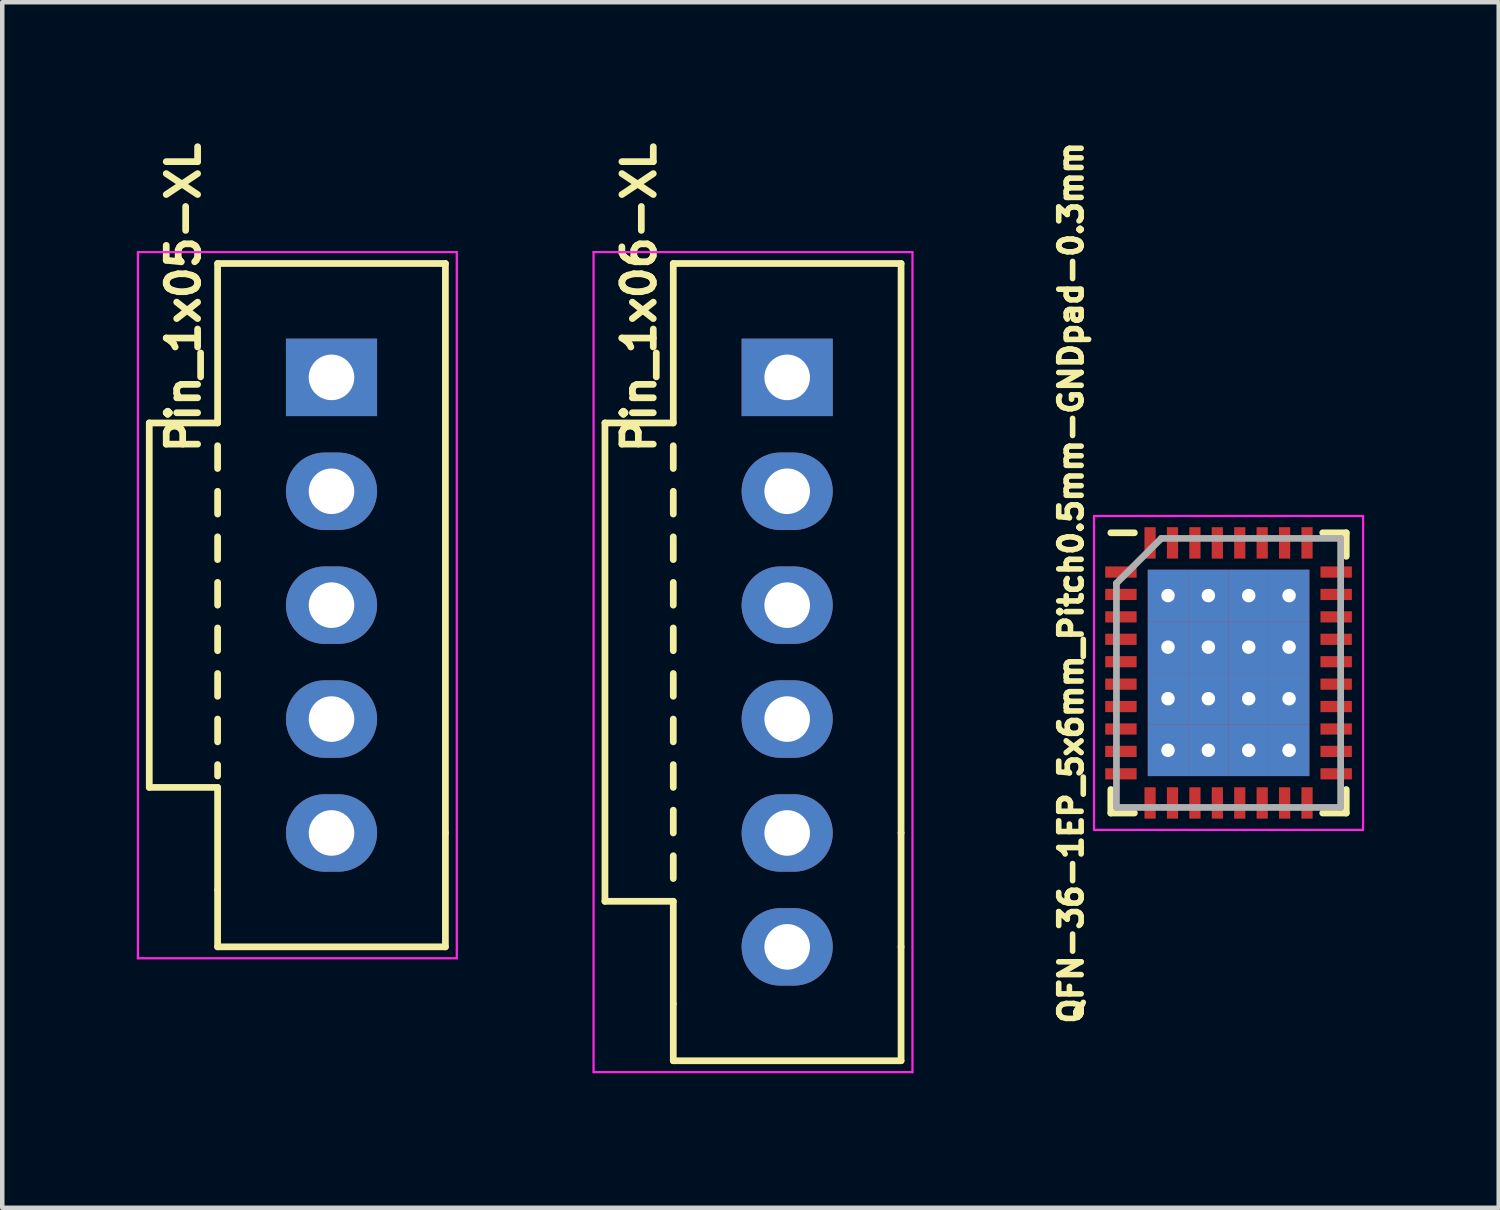
<source format=kicad_pcb>
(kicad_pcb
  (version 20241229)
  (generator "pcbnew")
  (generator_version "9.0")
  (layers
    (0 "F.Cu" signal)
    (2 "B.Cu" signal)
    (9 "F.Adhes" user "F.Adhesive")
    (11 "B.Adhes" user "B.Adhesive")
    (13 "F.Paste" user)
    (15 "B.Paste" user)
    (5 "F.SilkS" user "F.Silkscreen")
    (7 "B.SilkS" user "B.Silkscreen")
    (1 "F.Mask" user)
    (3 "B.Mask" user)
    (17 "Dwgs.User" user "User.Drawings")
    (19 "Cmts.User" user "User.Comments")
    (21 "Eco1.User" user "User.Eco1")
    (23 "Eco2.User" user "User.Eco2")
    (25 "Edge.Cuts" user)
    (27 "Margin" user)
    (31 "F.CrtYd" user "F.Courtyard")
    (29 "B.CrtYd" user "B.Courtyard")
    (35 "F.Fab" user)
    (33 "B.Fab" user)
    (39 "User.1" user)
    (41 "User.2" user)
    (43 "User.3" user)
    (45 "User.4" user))
  (footprint "Pin_1x05-XL"
    (layer "F.Cu")
    (at 4.343 5.366)
    (property "Reference" "Pin_1x05-XL" (at -3.302 -1.778 90) (layer "F.SilkS") (effects (font (size 0.7 0.7) (thickness 0.15))))
    (attr through_hole)
    (fp_line (start -4.064 1.016) (end -4.064 9.144) (stroke (width 0.15) (type solid)) (layer "F.SilkS"))
    (fp_line (start -4.064 9.144) (end -2.54 9.144) (stroke (width 0.15) (type solid)) (layer "F.SilkS"))
    (fp_line (start -2.54 1.016) (end -4.064 1.016) (stroke (width 0.15) (type solid)) (layer "F.SilkS"))
    (fp_line (start -2.54 1.016) (end -2.54 -2.54) (stroke (width 0.15) (type solid)) (layer "F.SilkS"))
    (fp_line (start -2.54 1.524) (end -2.54 2.032) (stroke (width 0.15) (type solid)) (layer "F.SilkS"))
    (fp_line (start -2.54 2.54) (end -2.54 3.048) (stroke (width 0.15) (type solid)) (layer "F.SilkS"))
    (fp_line (start -2.54 3.556) (end -2.54 4.064) (stroke (width 0.15) (type solid)) (layer "F.SilkS"))
    (fp_line (start -2.54 4.572) (end -2.54 5.08) (stroke (width 0.15) (type solid)) (layer "F.SilkS"))
    (fp_line (start -2.54 5.588) (end -2.54 6.096) (stroke (width 0.15) (type solid)) (layer "F.SilkS"))
    (fp_line (start -2.54 6.604) (end -2.54 7.112) (stroke (width 0.15) (type solid)) (layer "F.SilkS"))
    (fp_line (start -2.54 7.62) (end -2.54 8.128) (stroke (width 0.15) (type solid)) (layer "F.SilkS"))
    (fp_line (start -2.54 8.636) (end -2.54 8.89) (stroke (width 0.15) (type solid)) (layer "F.SilkS"))
    (fp_line (start -2.54 9.144) (end -2.54 11.43) (stroke (width 0.15) (type solid)) (layer "F.SilkS"))
    (fp_line (start -2.54 11.43) (end -2.54 12.7) (stroke (width 0.15) (type solid)) (layer "F.SilkS"))
    (fp_line (start -2.54 12.7) (end 2.54 12.7) (stroke (width 0.15) (type solid)) (layer "F.SilkS"))
    (fp_line (start 2.54 -2.54) (end -2.54 -2.54) (stroke (width 0.15) (type solid)) (layer "F.SilkS"))
    (fp_line (start 2.54 10.16) (end 2.54 -2.54) (stroke (width 0.15) (type solid)) (layer "F.SilkS"))
    (fp_line (start 2.54 10.16) (end 2.54 12.7) (stroke (width 0.15) (type solid)) (layer "F.SilkS"))
    (fp_line (start -4.318 -2.794) (end -4.318 12.954) (stroke (width 0.05) (type solid)) (layer "F.CrtYd"))
    (fp_line (start -4.318 12.954) (end 2.794 12.954) (stroke (width 0.05) (type solid)) (layer "F.CrtYd"))
    (fp_line (start 2.794 -2.794) (end -4.318 -2.794) (stroke (width 0.05) (type solid)) (layer "F.CrtYd"))
    (fp_line (start 2.794 12.954) (end 2.794 -2.794) (stroke (width 0.05) (type solid)) (layer "F.CrtYd"))
    (pad "1" thru_hole rect (at 0 0) (size 2.032 1.727) (drill 1.016) (layers "*.Cu" "*.Mask"))
    (pad "2" thru_hole oval (at 0 2.54) (size 2.032 1.727) (drill 1.016) (layers "*.Cu" "*.Mask"))
    (pad "3" thru_hole oval (at 0 5.08) (size 2.032 1.727) (drill 1.016) (layers "*.Cu" "*.Mask"))
    (pad "4" thru_hole oval (at 0 7.62) (size 2.032 1.727) (drill 1.016) (layers "*.Cu" "*.Mask"))
    (pad "5" thru_hole oval (at 0 10.16) (size 2.032 1.727) (drill 1.016) (layers "*.Cu" "*.Mask")))
  (footprint "Pin_1x06-XL"
    (layer "F.Cu")
    (at 14.505 5.366)
    (property "Reference" "Pin_1x06-XL" (at -3.302 -1.778 90) (layer "F.SilkS") (effects (font (size 0.7 0.7) (thickness 0.15))))
    (attr through_hole)
    (fp_line (start -4.064 1.016) (end -4.064 11.684) (stroke (width 0.15) (type solid)) (layer "F.SilkS"))
    (fp_line (start -4.064 11.684) (end -2.54 11.684) (stroke (width 0.15) (type solid)) (layer "F.SilkS"))
    (fp_line (start -2.54 1.016) (end -4.064 1.016) (stroke (width 0.15) (type solid)) (layer "F.SilkS"))
    (fp_line (start -2.54 1.016) (end -2.54 -2.54) (stroke (width 0.15) (type solid)) (layer "F.SilkS"))
    (fp_line (start -2.54 1.524) (end -2.54 2.032) (stroke (width 0.15) (type solid)) (layer "F.SilkS"))
    (fp_line (start -2.54 2.54) (end -2.54 3.048) (stroke (width 0.15) (type solid)) (layer "F.SilkS"))
    (fp_line (start -2.54 3.556) (end -2.54 4.064) (stroke (width 0.15) (type solid)) (layer "F.SilkS"))
    (fp_line (start -2.54 4.572) (end -2.54 5.08) (stroke (width 0.15) (type solid)) (layer "F.SilkS"))
    (fp_line (start -2.54 5.588) (end -2.54 6.096) (stroke (width 0.15) (type solid)) (layer "F.SilkS"))
    (fp_line (start -2.54 6.604) (end -2.54 7.112) (stroke (width 0.15) (type solid)) (layer "F.SilkS"))
    (fp_line (start -2.54 7.62) (end -2.54 8.128) (stroke (width 0.15) (type solid)) (layer "F.SilkS"))
    (fp_line (start -2.54 8.636) (end -2.54 9.144) (stroke (width 0.15) (type solid)) (layer "F.SilkS"))
    (fp_line (start -2.54 9.652) (end -2.54 10.16) (stroke (width 0.15) (type solid)) (layer "F.SilkS"))
    (fp_line (start -2.54 10.668) (end -2.54 11.176) (stroke (width 0.15) (type solid)) (layer "F.SilkS"))
    (fp_line (start -2.54 11.684) (end -2.54 13.97) (stroke (width 0.15) (type solid)) (layer "F.SilkS"))
    (fp_line (start -2.54 13.97) (end -2.54 15.24) (stroke (width 0.15) (type solid)) (layer "F.SilkS"))
    (fp_line (start -2.54 15.24) (end 2.54 15.24) (stroke (width 0.15) (type solid)) (layer "F.SilkS"))
    (fp_line (start 2.54 -2.54) (end -2.54 -2.54) (stroke (width 0.15) (type solid)) (layer "F.SilkS"))
    (fp_line (start 2.54 10.16) (end 2.54 -2.54) (stroke (width 0.15) (type solid)) (layer "F.SilkS"))
    (fp_line (start 2.54 10.16) (end 2.54 12.7) (stroke (width 0.15) (type solid)) (layer "F.SilkS"))
    (fp_line (start 2.54 12.7) (end 2.54 15.24) (stroke (width 0.15) (type solid)) (layer "F.SilkS"))
    (fp_line (start -4.318 -2.794) (end -4.318 15.494) (stroke (width 0.05) (type solid)) (layer "F.CrtYd"))
    (fp_line (start -4.318 15.494) (end 2.794 15.494) (stroke (width 0.05) (type solid)) (layer "F.CrtYd"))
    (fp_line (start 2.794 -2.794) (end -4.318 -2.794) (stroke (width 0.05) (type solid)) (layer "F.CrtYd"))
    (fp_line (start 2.794 15.494) (end 2.794 -2.794) (stroke (width 0.05) (type solid)) (layer "F.CrtYd"))
    (pad "1" thru_hole rect (at 0 0) (size 2.032 1.727) (drill 1.016) (layers "*.Cu" "*.Mask"))
    (pad "2" thru_hole oval (at 0 2.54) (size 2.032 1.727) (drill 1.016) (layers "*.Cu" "*.Mask"))
    (pad "3" thru_hole oval (at 0 5.08) (size 2.032 1.727) (drill 1.016) (layers "*.Cu" "*.Mask"))
    (pad "4" thru_hole oval (at 0 7.62) (size 2.032 1.727) (drill 1.016) (layers "*.Cu" "*.Mask"))
    (pad "5" thru_hole oval (at 0 10.16) (size 2.032 1.727) (drill 1.016) (layers "*.Cu" "*.Mask"))
    (pad "6" thru_hole oval (at 0 12.7) (size 2.032 1.727) (drill 1.016) (layers "*.Cu" "*.Mask")))
  (footprint "QFN-36-1EP_5x6mm_Pitch0.5mm-GNDpad-0.3mm"
    (layer "F.Cu")
    (at 24.348 11.957)
    (property "Reference" "QFN-36-1EP_5x6mm_Pitch0.5mm-GNDpad-0.3mm" (at -3.512 -2.01 90) (layer "F.SilkS") (effects (font (size 0.5 0.5) (thickness 0.125))))
    (attr smd)
    (fp_line (start -2.625 -3.125) (end -2.1 -3.125) (stroke (width 0.15) (type solid)) (layer "F.SilkS"))
    (fp_line (start -2.625 3.125) (end -2.625 2.6) (stroke (width 0.15) (type solid)) (layer "F.SilkS"))
    (fp_line (start -2.625 3.125) (end -2.1 3.125) (stroke (width 0.15) (type solid)) (layer "F.SilkS"))
    (fp_line (start 2.625 -3.125) (end 2.1 -3.125) (stroke (width 0.15) (type solid)) (layer "F.SilkS"))
    (fp_line (start 2.625 -3.125) (end 2.625 -2.6) (stroke (width 0.15) (type solid)) (layer "F.SilkS"))
    (fp_line (start 2.625 3.125) (end 2.1 3.125) (stroke (width 0.15) (type solid)) (layer "F.SilkS"))
    (fp_line (start 2.625 3.125) (end 2.625 2.6) (stroke (width 0.15) (type solid)) (layer "F.SilkS"))
    (fp_line (start -3 -3.5) (end -3 3.5) (stroke (width 0.05) (type solid)) (layer "F.CrtYd"))
    (fp_line (start -3 -3.5) (end 3 -3.5) (stroke (width 0.05) (type solid)) (layer "F.CrtYd"))
    (fp_line (start -3 3.5) (end 3 3.5) (stroke (width 0.05) (type solid)) (layer "F.CrtYd"))
    (fp_line (start 3 -3.5) (end 3 3.5) (stroke (width 0.05) (type solid)) (layer "F.CrtYd"))
    (fp_line (start -2.5 -2) (end -1.5 -3) (stroke (width 0.15) (type solid)) (layer "F.Fab"))
    (fp_line (start -2.5 3) (end -2.5 -2) (stroke (width 0.15) (type solid)) (layer "F.Fab"))
    (fp_line (start -1.5 -3) (end 2.5 -3) (stroke (width 0.15) (type solid)) (layer "F.Fab"))
    (fp_line (start 2.5 -3) (end 2.5 3) (stroke (width 0.15) (type solid)) (layer "F.Fab"))
    (fp_line (start 2.5 3) (end -2.5 3) (stroke (width 0.15) (type solid)) (layer "F.Fab"))
    (pad "1" smd rect (at -2.4 -2.25) (size 0.7 0.25) (layers "F.Cu" "F.Mask" "F.Paste"))
    (pad "2" smd rect (at -2.4 -1.75) (size 0.7 0.25) (layers "F.Cu" "F.Mask" "F.Paste"))
    (pad "3" smd rect (at -2.4 -1.25) (size 0.7 0.25) (layers "F.Cu" "F.Mask" "F.Paste"))
    (pad "4" smd rect (at -2.4 -0.75) (size 0.7 0.25) (layers "F.Cu" "F.Mask" "F.Paste"))
    (pad "5" smd rect (at -2.4 -0.25) (size 0.7 0.25) (layers "F.Cu" "F.Mask" "F.Paste"))
    (pad "6" smd rect (at -2.4 0.25) (size 0.7 0.25) (layers "F.Cu" "F.Mask" "F.Paste"))
    (pad "7" smd rect (at -2.4 0.75) (size 0.7 0.25) (layers "F.Cu" "F.Mask" "F.Paste"))
    (pad "8" smd rect (at -2.4 1.25) (size 0.7 0.25) (layers "F.Cu" "F.Mask" "F.Paste"))
    (pad "9" smd rect (at -2.4 1.75) (size 0.7 0.25) (layers "F.Cu" "F.Mask" "F.Paste"))
    (pad "10" smd rect (at -2.4 2.25) (size 0.7 0.25) (layers "F.Cu" "F.Mask" "F.Paste"))
    (pad "11" smd rect (at -1.75 2.9 90) (size 0.7 0.25) (layers "F.Cu" "F.Mask" "F.Paste"))
    (pad "12" smd rect (at -1.25 2.9 90) (size 0.7 0.25) (layers "F.Cu" "F.Mask" "F.Paste"))
    (pad "13" smd rect (at -0.75 2.9 90) (size 0.7 0.25) (layers "F.Cu" "F.Mask" "F.Paste"))
    (pad "14" smd rect (at -0.25 2.9 90) (size 0.7 0.25) (layers "F.Cu" "F.Mask" "F.Paste"))
    (pad "15" smd rect (at 0.25 2.9 90) (size 0.7 0.25) (layers "F.Cu" "F.Mask" "F.Paste"))
    (pad "16" smd rect (at 0.75 2.9 90) (size 0.7 0.25) (layers "F.Cu" "F.Mask" "F.Paste"))
    (pad "17" smd rect (at 1.25 2.9 90) (size 0.7 0.25) (layers "F.Cu" "F.Mask" "F.Paste"))
    (pad "18" smd rect (at 1.75 2.9 90) (size 0.7 0.25) (layers "F.Cu" "F.Mask" "F.Paste"))
    (pad "19" smd rect (at 2.4 2.25) (size 0.7 0.25) (layers "F.Cu" "F.Mask" "F.Paste"))
    (pad "20" smd rect (at 2.4 1.75) (size 0.7 0.25) (layers "F.Cu" "F.Mask" "F.Paste"))
    (pad "21" smd rect (at 2.4 1.25) (size 0.7 0.25) (layers "F.Cu" "F.Mask" "F.Paste"))
    (pad "22" smd rect (at 2.4 0.75) (size 0.7 0.25) (layers "F.Cu" "F.Mask" "F.Paste"))
    (pad "23" smd rect (at 2.4 0.25) (size 0.7 0.25) (layers "F.Cu" "F.Mask" "F.Paste"))
    (pad "24" smd rect (at 2.4 -0.25) (size 0.7 0.25) (layers "F.Cu" "F.Mask" "F.Paste"))
    (pad "25" smd rect (at 2.4 -0.75) (size 0.7 0.25) (layers "F.Cu" "F.Mask" "F.Paste"))
    (pad "26" smd rect (at 2.4 -1.25) (size 0.7 0.25) (layers "F.Cu" "F.Mask" "F.Paste"))
    (pad "27" smd rect (at 2.4 -1.75) (size 0.7 0.25) (layers "F.Cu" "F.Mask" "F.Paste"))
    (pad "28" smd rect (at 2.4 -2.25) (size 0.7 0.25) (layers "F.Cu" "F.Mask" "F.Paste"))
    (pad "29" smd rect (at 1.75 -2.9 90) (size 0.7 0.25) (layers "F.Cu" "F.Mask" "F.Paste"))
    (pad "30" smd rect (at 1.25 -2.9 90) (size 0.7 0.25) (layers "F.Cu" "F.Mask" "F.Paste"))
    (pad "31" smd rect (at 0.75 -2.9 90) (size 0.7 0.25) (layers "F.Cu" "F.Mask" "F.Paste"))
    (pad "32" smd rect (at 0.25 -2.9 90) (size 0.7 0.25) (layers "F.Cu" "F.Mask" "F.Paste"))
    (pad "33" smd rect (at -0.25 -2.9 90) (size 0.7 0.25) (layers "F.Cu" "F.Mask" "F.Paste"))
    (pad "34" smd rect (at -0.75 -2.9 90) (size 0.7 0.25) (layers "F.Cu" "F.Mask" "F.Paste"))
    (pad "35" smd rect (at -1.25 -2.9 90) (size 0.7 0.25) (layers "F.Cu" "F.Mask" "F.Paste"))
    (pad "36" smd rect (at -1.75 -2.9 90) (size 0.7 0.25) (layers "F.Cu" "F.Mask" "F.Paste"))
    (pad "37" thru_hole rect (at -1.35 -1.725) (size 0.9 1.15) (drill 0.3) (layers "*.Cu" "F.Mask"))
    (pad "37" thru_hole rect (at -1.35 -0.575) (size 0.9 1.15) (drill 0.3) (layers "*.Cu" "F.Mask"))
    (pad "37" thru_hole rect (at -1.35 0.575) (size 0.9 1.15) (drill 0.3) (layers "*.Cu" "F.Mask"))
    (pad "37" thru_hole rect (at -1.35 1.725) (size 0.9 1.15) (drill 0.3) (layers "*.Cu" "F.Mask"))
    (pad "37" thru_hole rect (at -0.45 -1.725) (size 0.9 1.15) (drill 0.3) (layers "*.Cu" "F.Mask"))
    (pad "37" thru_hole rect (at -0.45 -0.575) (size 0.9 1.15) (drill 0.3) (layers "*.Cu" "F.Mask"))
    (pad "37" thru_hole rect (at -0.45 0.575) (size 0.9 1.15) (drill 0.3) (layers "*.Cu" "F.Mask"))
    (pad "37" thru_hole rect (at -0.45 1.725) (size 0.9 1.15) (drill 0.3) (layers "*.Cu" "F.Mask"))
    (pad "37" smd rect (at 0 0) (size 3.6 4.6) (layers "F.Cu" "F.Mask" "F.Paste"))
    (pad "37" thru_hole rect (at 0.45 -1.725) (size 0.9 1.15) (drill 0.3) (layers "*.Cu" "F.Mask"))
    (pad "37" thru_hole rect (at 0.45 -0.575) (size 0.9 1.15) (drill 0.3) (layers "*.Cu" "F.Mask"))
    (pad "37" thru_hole rect (at 0.45 0.575) (size 0.9 1.15) (drill 0.3) (layers "*.Cu" "F.Mask"))
    (pad "37" thru_hole rect (at 0.45 1.725) (size 0.9 1.15) (drill 0.3) (layers "*.Cu" "F.Mask"))
    (pad "37" thru_hole rect (at 1.35 -1.725) (size 0.9 1.15) (drill 0.3) (layers "*.Cu" "F.Mask"))
    (pad "37" thru_hole rect (at 1.35 -0.575) (size 0.9 1.15) (drill 0.3) (layers "*.Cu" "F.Mask"))
    (pad "37" thru_hole rect (at 1.35 0.575) (size 0.9 1.15) (drill 0.3) (layers "*.Cu" "F.Mask"))
    (pad "37" thru_hole rect (at 1.35 1.725) (size 0.9 1.15) (drill 0.3) (layers "*.Cu" "F.Mask")))
  (gr_rect
    (start -3 -3)
    (end 30.373 23.885)
    (stroke (width 0.1) (type default))
    (fill no)
    (layer "Edge.Cuts")))
</source>
